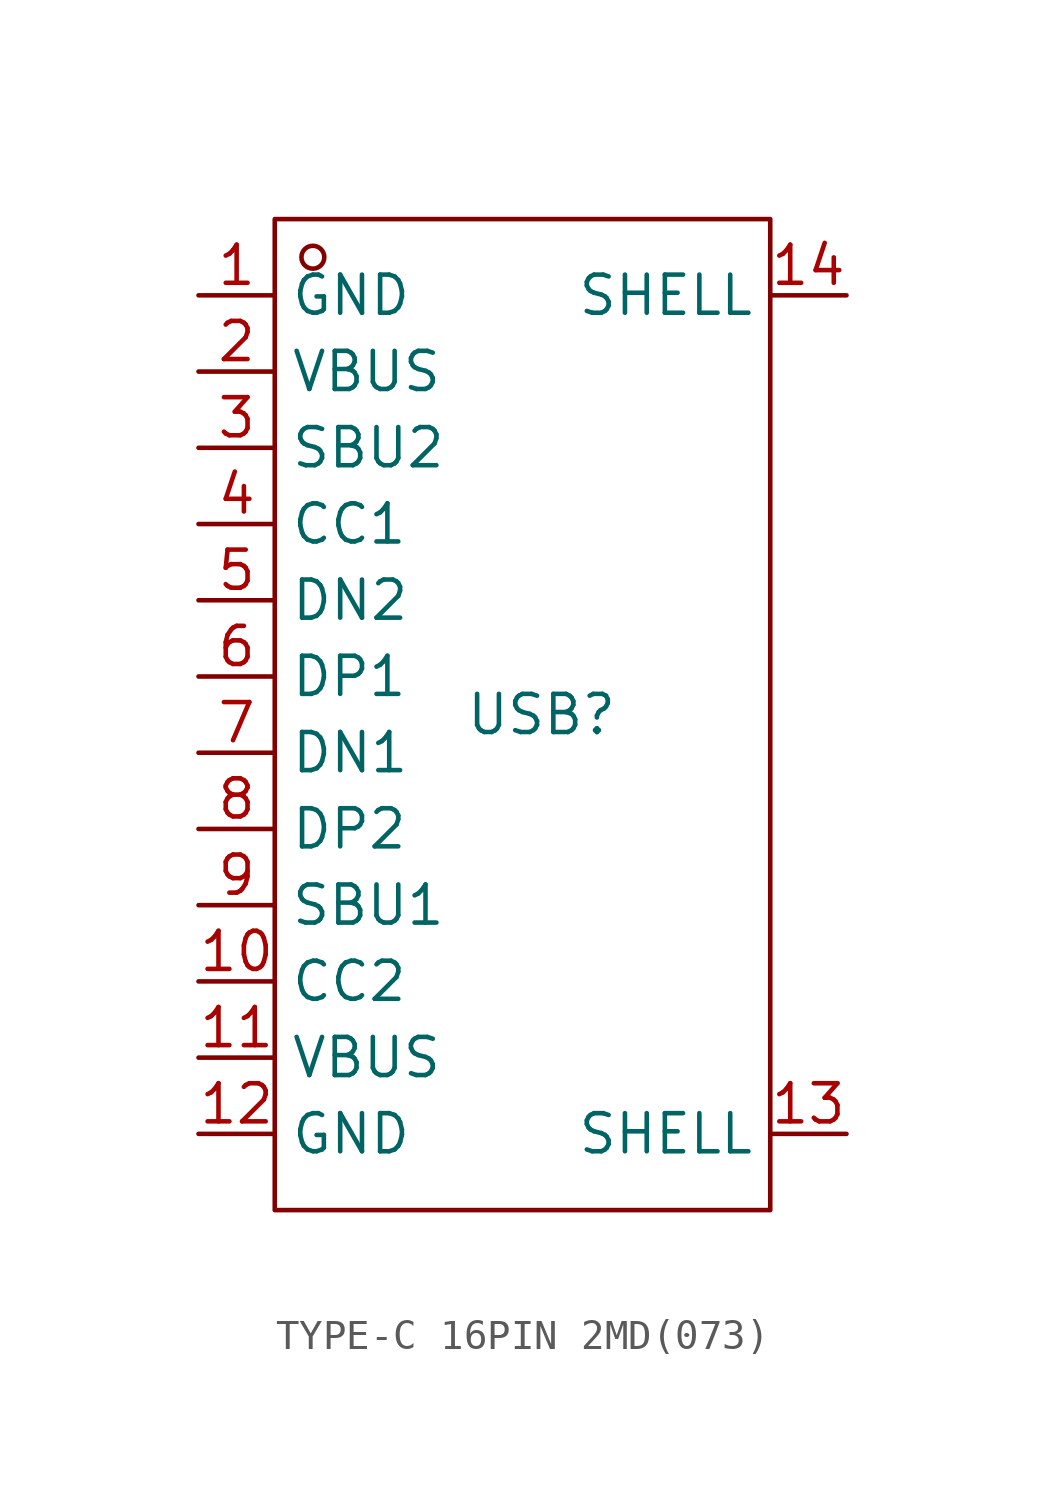
<source format=kicad_sym>
(kicad_symbol_lib
  (version 20241209)
  (generator "kicad_symbol_editor")
  (generator_version "9.0")
  (symbol "TYPE-C 16PIN 2MD(073)"
    (property "Reference" "USB"
      (at 0 0 0)
      (effects (font (size 1.27 1.27))))
    (property "Value" ""
      (at 0 0 0)
      (effects (font (size 1.27 1.27))))
    (symbol "TYPE-C 16PIN 2MD(073)_1_0"
      (rectangle (start -8.89 -16.51) (end 7.62 16.51) (stroke (width 0) (type default)) (fill (type none)))
      (circle (center -7.62 15.24) (radius 0.381) (stroke (width 0) (type default)) (fill (type none)))
      (pin unspecified line (at -11.43 13.97 0) (length 2.54) (name "GND" (effects (font (size 1.27 1.27)))) (number "1" (effects (font (size 1.27 1.27)))))
      (pin unspecified line (at -11.43 11.43 0) (length 2.54) (name "VBUS" (effects (font (size 1.27 1.27)))) (number "2" (effects (font (size 1.27 1.27)))))
      (pin unspecified line (at -11.43 8.89 0) (length 2.54) (name "SBU2" (effects (font (size 1.27 1.27)))) (number "3" (effects (font (size 1.27 1.27)))))
      (pin unspecified line (at -11.43 6.35 0) (length 2.54) (name "CC1" (effects (font (size 1.27 1.27)))) (number "4" (effects (font (size 1.27 1.27)))))
      (pin unspecified line (at -11.43 3.81 0) (length 2.54) (name "DN2" (effects (font (size 1.27 1.27)))) (number "5" (effects (font (size 1.27 1.27)))))
      (pin unspecified line (at -11.43 1.27 0) (length 2.54) (name "DP1" (effects (font (size 1.27 1.27)))) (number "6" (effects (font (size 1.27 1.27)))))
      (pin unspecified line (at -11.43 -1.27 0) (length 2.54) (name "DN1" (effects (font (size 1.27 1.27)))) (number "7" (effects (font (size 1.27 1.27)))))
      (pin unspecified line (at -11.43 -3.81 0) (length 2.54) (name "DP2" (effects (font (size 1.27 1.27)))) (number "8" (effects (font (size 1.27 1.27)))))
      (pin unspecified line (at -11.43 -6.35 0) (length 2.54) (name "SBU1" (effects (font (size 1.27 1.27)))) (number "9" (effects (font (size 1.27 1.27)))))
      (pin unspecified line (at -11.43 -8.89 0) (length 2.54) (name "CC2" (effects (font (size 1.27 1.27)))) (number "10" (effects (font (size 1.27 1.27)))))
      (pin unspecified line (at -11.43 -11.43 0) (length 2.54) (name "VBUS" (effects (font (size 1.27 1.27)))) (number "11" (effects (font (size 1.27 1.27)))))
      (pin unspecified line (at -11.43 -13.97 0) (length 2.54) (name "GND" (effects (font (size 1.27 1.27)))) (number "12" (effects (font (size 1.27 1.27)))))
      (pin unspecified line (at 10.16 13.97 180) (length 2.54) (name "SHELL" (effects (font (size 1.27 1.27)))) (number "14" (effects (font (size 1.27 1.27)))))
      (pin unspecified line (at 10.16 -13.97 180) (length 2.54) (name "SHELL" (effects (font (size 1.27 1.27)))) (number "13" (effects (font (size 1.27 1.27))))))))
</source>
